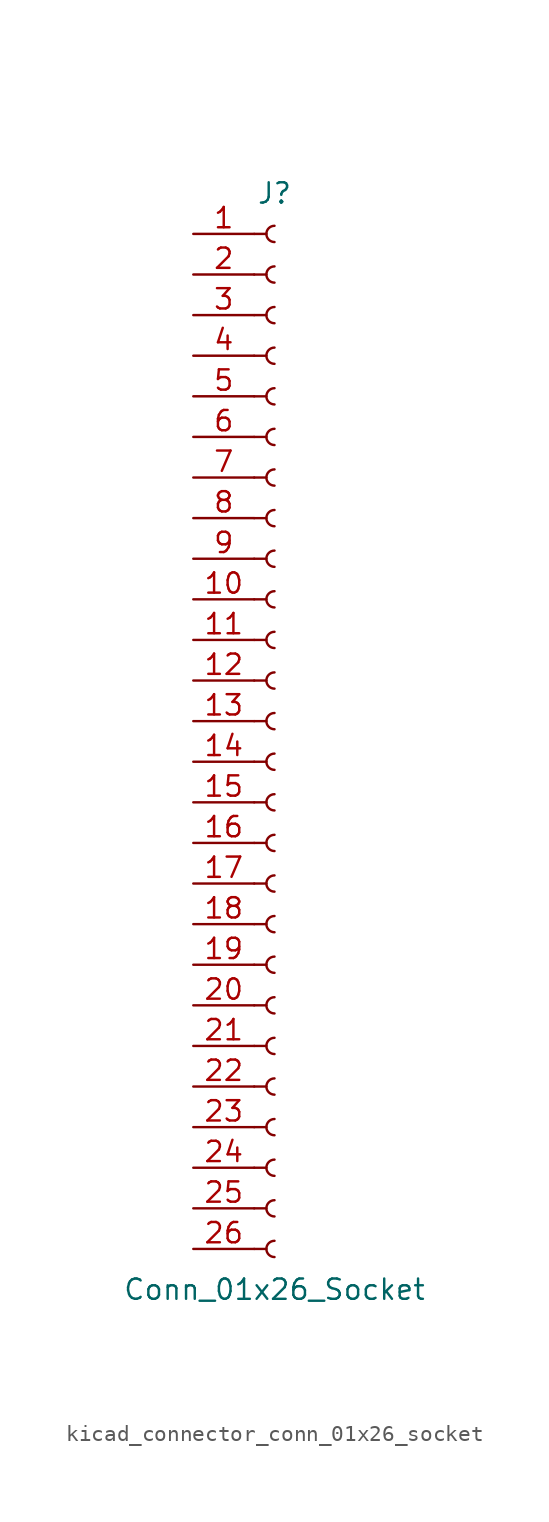
<source format=kicad_sym>
(kicad_symbol_lib
  (version 20220914)
  (generator kicad_symbol_editor)
  (symbol "kicad_connector_conn_01x26_socket"
    (pin_names
      (offset 1.016) hide)
    (property "Reference" "J"
      (at 0 33.02 0)
      (effects (font (size 1.27 1.27))))
    (property "Value" "Conn_01x26_Socket"
      (at 0 -35.56 0)
      (effects (font (size 1.27 1.27))))
    (property "ki_locked" ""
      (at 0 0 0)
      (effects (font (size 1.27 1.27))))
    (symbol "kicad_connector_conn_01x26_socket_1_1"
      (arc (start 0 -32.512) (mid -0.5058 -33.02) (end 0 -33.528) (stroke (width 0.1524) (type default)) (fill (type none)))
      (arc (start 0 -29.972) (mid -0.5058 -30.48) (end 0 -30.988) (stroke (width 0.1524) (type default)) (fill (type none)))
      (arc (start 0 -27.432) (mid -0.5058 -27.94) (end 0 -28.448) (stroke (width 0.1524) (type default)) (fill (type none)))
      (arc (start 0 -24.892) (mid -0.5058 -25.4) (end 0 -25.908) (stroke (width 0.1524) (type default)) (fill (type none)))
      (arc (start 0 -22.352) (mid -0.5058 -22.86) (end 0 -23.368) (stroke (width 0.1524) (type default)) (fill (type none)))
      (arc (start 0 -19.812) (mid -0.5058 -20.32) (end 0 -20.828) (stroke (width 0.1524) (type default)) (fill (type none)))
      (arc (start 0 -17.272) (mid -0.5058 -17.78) (end 0 -18.288) (stroke (width 0.1524) (type default)) (fill (type none)))
      (arc (start 0 -14.732) (mid -0.5058 -15.24) (end 0 -15.748) (stroke (width 0.1524) (type default)) (fill (type none)))
      (arc (start 0 -12.192) (mid -0.5058 -12.7) (end 0 -13.208) (stroke (width 0.1524) (type default)) (fill (type none)))
      (arc (start 0 -9.652) (mid -0.5058 -10.16) (end 0 -10.668) (stroke (width 0.1524) (type default)) (fill (type none)))
      (arc (start 0 -7.112) (mid -0.5058 -7.62) (end 0 -8.128) (stroke (width 0.1524) (type default)) (fill (type none)))
      (arc (start 0 -4.572) (mid -0.5058 -5.08) (end 0 -5.588) (stroke (width 0.1524) (type default)) (fill (type none)))
      (arc (start 0 -2.032) (mid -0.5058 -2.54) (end 0 -3.048) (stroke (width 0.1524) (type default)) (fill (type none)))
      (polyline (pts (xy -1.27 -33.02) (xy -0.508 -33.02)) (stroke (width 0.152) (type default)) (fill (type none)))
      (polyline (pts (xy -1.27 -30.48) (xy -0.508 -30.48)) (stroke (width 0.152) (type default)) (fill (type none)))
      (polyline (pts (xy -1.27 -27.94) (xy -0.508 -27.94)) (stroke (width 0.152) (type default)) (fill (type none)))
      (polyline (pts (xy -1.27 -25.4) (xy -0.508 -25.4)) (stroke (width 0.152) (type default)) (fill (type none)))
      (polyline (pts (xy -1.27 -22.86) (xy -0.508 -22.86)) (stroke (width 0.152) (type default)) (fill (type none)))
      (polyline (pts (xy -1.27 -20.32) (xy -0.508 -20.32)) (stroke (width 0.152) (type default)) (fill (type none)))
      (polyline (pts (xy -1.27 -17.78) (xy -0.508 -17.78)) (stroke (width 0.152) (type default)) (fill (type none)))
      (polyline (pts (xy -1.27 -15.24) (xy -0.508 -15.24)) (stroke (width 0.152) (type default)) (fill (type none)))
      (polyline (pts (xy -1.27 -12.7) (xy -0.508 -12.7)) (stroke (width 0.152) (type default)) (fill (type none)))
      (polyline (pts (xy -1.27 -10.16) (xy -0.508 -10.16)) (stroke (width 0.152) (type default)) (fill (type none)))
      (polyline (pts (xy -1.27 -7.62) (xy -0.508 -7.62)) (stroke (width 0.152) (type default)) (fill (type none)))
      (polyline (pts (xy -1.27 -5.08) (xy -0.508 -5.08)) (stroke (width 0.152) (type default)) (fill (type none)))
      (polyline (pts (xy -1.27 -2.54) (xy -0.508 -2.54)) (stroke (width 0.152) (type default)) (fill (type none)))
      (polyline (pts (xy -1.27 0) (xy -0.508 0)) (stroke (width 0.152) (type default)) (fill (type none)))
      (polyline (pts (xy -1.27 2.54) (xy -0.508 2.54)) (stroke (width 0.152) (type default)) (fill (type none)))
      (polyline (pts (xy -1.27 5.08) (xy -0.508 5.08)) (stroke (width 0.152) (type default)) (fill (type none)))
      (polyline (pts (xy -1.27 7.62) (xy -0.508 7.62)) (stroke (width 0.152) (type default)) (fill (type none)))
      (polyline (pts (xy -1.27 10.16) (xy -0.508 10.16)) (stroke (width 0.152) (type default)) (fill (type none)))
      (polyline (pts (xy -1.27 12.7) (xy -0.508 12.7)) (stroke (width 0.152) (type default)) (fill (type none)))
      (polyline (pts (xy -1.27 15.24) (xy -0.508 15.24)) (stroke (width 0.152) (type default)) (fill (type none)))
      (polyline (pts (xy -1.27 17.78) (xy -0.508 17.78)) (stroke (width 0.152) (type default)) (fill (type none)))
      (polyline (pts (xy -1.27 20.32) (xy -0.508 20.32)) (stroke (width 0.152) (type default)) (fill (type none)))
      (polyline (pts (xy -1.27 22.86) (xy -0.508 22.86)) (stroke (width 0.152) (type default)) (fill (type none)))
      (polyline (pts (xy -1.27 25.4) (xy -0.508 25.4)) (stroke (width 0.152) (type default)) (fill (type none)))
      (polyline (pts (xy -1.27 27.94) (xy -0.508 27.94)) (stroke (width 0.152) (type default)) (fill (type none)))
      (polyline (pts (xy -1.27 30.48) (xy -0.508 30.48)) (stroke (width 0.152) (type default)) (fill (type none)))
      (arc (start 0 0.508) (mid -0.5058 0) (end 0 -0.508) (stroke (width 0.1524) (type default)) (fill (type none)))
      (arc (start 0 3.048) (mid -0.5058 2.54) (end 0 2.032) (stroke (width 0.1524) (type default)) (fill (type none)))
      (arc (start 0 5.588) (mid -0.5058 5.08) (end 0 4.572) (stroke (width 0.1524) (type default)) (fill (type none)))
      (arc (start 0 8.128) (mid -0.5058 7.62) (end 0 7.112) (stroke (width 0.1524) (type default)) (fill (type none)))
      (arc (start 0 10.668) (mid -0.5058 10.16) (end 0 9.652) (stroke (width 0.1524) (type default)) (fill (type none)))
      (arc (start 0 13.208) (mid -0.5058 12.7) (end 0 12.192) (stroke (width 0.1524) (type default)) (fill (type none)))
      (arc (start 0 15.748) (mid -0.5058 15.24) (end 0 14.732) (stroke (width 0.1524) (type default)) (fill (type none)))
      (arc (start 0 18.288) (mid -0.5058 17.78) (end 0 17.272) (stroke (width 0.1524) (type default)) (fill (type none)))
      (arc (start 0 20.828) (mid -0.5058 20.32) (end 0 19.812) (stroke (width 0.1524) (type default)) (fill (type none)))
      (arc (start 0 23.368) (mid -0.5058 22.86) (end 0 22.352) (stroke (width 0.1524) (type default)) (fill (type none)))
      (arc (start 0 25.908) (mid -0.5058 25.4) (end 0 24.892) (stroke (width 0.1524) (type default)) (fill (type none)))
      (arc (start 0 28.448) (mid -0.5058 27.94) (end 0 27.432) (stroke (width 0.1524) (type default)) (fill (type none)))
      (arc (start 0 30.988) (mid -0.5058 30.48) (end 0 29.972) (stroke (width 0.1524) (type default)) (fill (type none)))
      (pin passive line (at -5.08 30.48 0) (length 3.81) (name "Pin_1" (effects (font (size 1.27 1.27)))) (number "1" (effects (font (size 1.27 1.27)))))
      (pin passive line (at -5.08 7.62 0) (length 3.81) (name "Pin_10" (effects (font (size 1.27 1.27)))) (number "10" (effects (font (size 1.27 1.27)))))
      (pin passive line (at -5.08 5.08 0) (length 3.81) (name "Pin_11" (effects (font (size 1.27 1.27)))) (number "11" (effects (font (size 1.27 1.27)))))
      (pin passive line (at -5.08 2.54 0) (length 3.81) (name "Pin_12" (effects (font (size 1.27 1.27)))) (number "12" (effects (font (size 1.27 1.27)))))
      (pin passive line (at -5.08 0 0) (length 3.81) (name "Pin_13" (effects (font (size 1.27 1.27)))) (number "13" (effects (font (size 1.27 1.27)))))
      (pin passive line (at -5.08 -2.54 0) (length 3.81) (name "Pin_14" (effects (font (size 1.27 1.27)))) (number "14" (effects (font (size 1.27 1.27)))))
      (pin passive line (at -5.08 -5.08 0) (length 3.81) (name "Pin_15" (effects (font (size 1.27 1.27)))) (number "15" (effects (font (size 1.27 1.27)))))
      (pin passive line (at -5.08 -7.62 0) (length 3.81) (name "Pin_16" (effects (font (size 1.27 1.27)))) (number "16" (effects (font (size 1.27 1.27)))))
      (pin passive line (at -5.08 -10.16 0) (length 3.81) (name "Pin_17" (effects (font (size 1.27 1.27)))) (number "17" (effects (font (size 1.27 1.27)))))
      (pin passive line (at -5.08 -12.7 0) (length 3.81) (name "Pin_18" (effects (font (size 1.27 1.27)))) (number "18" (effects (font (size 1.27 1.27)))))
      (pin passive line (at -5.08 -15.24 0) (length 3.81) (name "Pin_19" (effects (font (size 1.27 1.27)))) (number "19" (effects (font (size 1.27 1.27)))))
      (pin passive line (at -5.08 27.94 0) (length 3.81) (name "Pin_2" (effects (font (size 1.27 1.27)))) (number "2" (effects (font (size 1.27 1.27)))))
      (pin passive line (at -5.08 -17.78 0) (length 3.81) (name "Pin_20" (effects (font (size 1.27 1.27)))) (number "20" (effects (font (size 1.27 1.27)))))
      (pin passive line (at -5.08 -20.32 0) (length 3.81) (name "Pin_21" (effects (font (size 1.27 1.27)))) (number "21" (effects (font (size 1.27 1.27)))))
      (pin passive line (at -5.08 -22.86 0) (length 3.81) (name "Pin_22" (effects (font (size 1.27 1.27)))) (number "22" (effects (font (size 1.27 1.27)))))
      (pin passive line (at -5.08 -25.4 0) (length 3.81) (name "Pin_23" (effects (font (size 1.27 1.27)))) (number "23" (effects (font (size 1.27 1.27)))))
      (pin passive line (at -5.08 -27.94 0) (length 3.81) (name "Pin_24" (effects (font (size 1.27 1.27)))) (number "24" (effects (font (size 1.27 1.27)))))
      (pin passive line (at -5.08 -30.48 0) (length 3.81) (name "Pin_25" (effects (font (size 1.27 1.27)))) (number "25" (effects (font (size 1.27 1.27)))))
      (pin passive line (at -5.08 -33.02 0) (length 3.81) (name "Pin_26" (effects (font (size 1.27 1.27)))) (number "26" (effects (font (size 1.27 1.27)))))
      (pin passive line (at -5.08 25.4 0) (length 3.81) (name "Pin_3" (effects (font (size 1.27 1.27)))) (number "3" (effects (font (size 1.27 1.27)))))
      (pin passive line (at -5.08 22.86 0) (length 3.81) (name "Pin_4" (effects (font (size 1.27 1.27)))) (number "4" (effects (font (size 1.27 1.27)))))
      (pin passive line (at -5.08 20.32 0) (length 3.81) (name "Pin_5" (effects (font (size 1.27 1.27)))) (number "5" (effects (font (size 1.27 1.27)))))
      (pin passive line (at -5.08 17.78 0) (length 3.81) (name "Pin_6" (effects (font (size 1.27 1.27)))) (number "6" (effects (font (size 1.27 1.27)))))
      (pin passive line (at -5.08 15.24 0) (length 3.81) (name "Pin_7" (effects (font (size 1.27 1.27)))) (number "7" (effects (font (size 1.27 1.27)))))
      (pin passive line (at -5.08 12.7 0) (length 3.81) (name "Pin_8" (effects (font (size 1.27 1.27)))) (number "8" (effects (font (size 1.27 1.27)))))
      (pin passive line (at -5.08 10.16 0) (length 3.81) (name "Pin_9" (effects (font (size 1.27 1.27)))) (number "9" (effects (font (size 1.27 1.27))))))))
</source>
